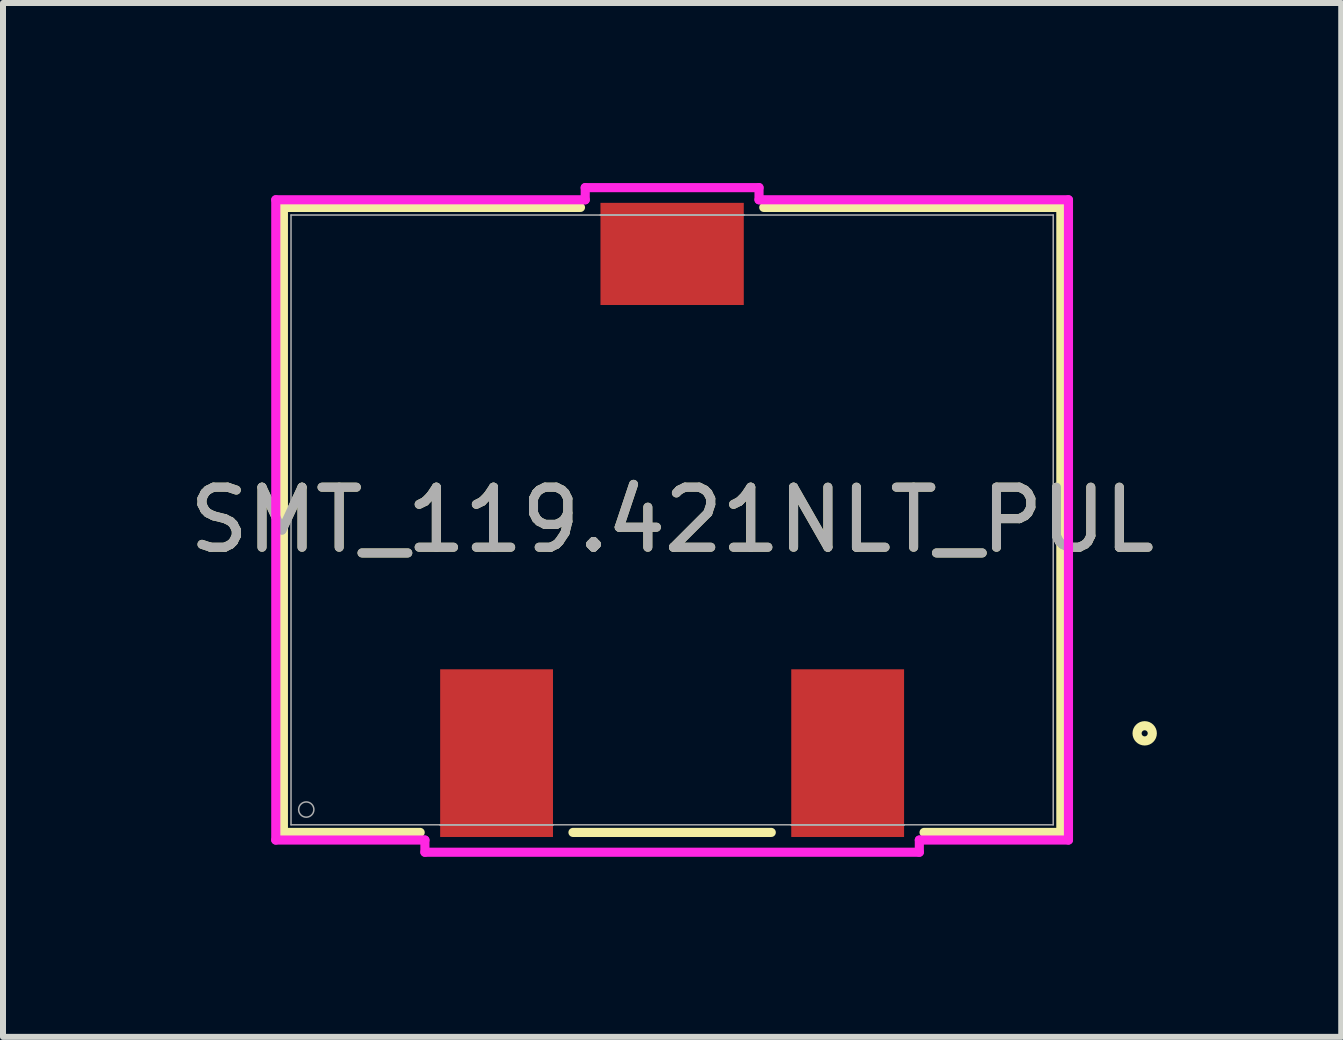
<source format=kicad_pcb>
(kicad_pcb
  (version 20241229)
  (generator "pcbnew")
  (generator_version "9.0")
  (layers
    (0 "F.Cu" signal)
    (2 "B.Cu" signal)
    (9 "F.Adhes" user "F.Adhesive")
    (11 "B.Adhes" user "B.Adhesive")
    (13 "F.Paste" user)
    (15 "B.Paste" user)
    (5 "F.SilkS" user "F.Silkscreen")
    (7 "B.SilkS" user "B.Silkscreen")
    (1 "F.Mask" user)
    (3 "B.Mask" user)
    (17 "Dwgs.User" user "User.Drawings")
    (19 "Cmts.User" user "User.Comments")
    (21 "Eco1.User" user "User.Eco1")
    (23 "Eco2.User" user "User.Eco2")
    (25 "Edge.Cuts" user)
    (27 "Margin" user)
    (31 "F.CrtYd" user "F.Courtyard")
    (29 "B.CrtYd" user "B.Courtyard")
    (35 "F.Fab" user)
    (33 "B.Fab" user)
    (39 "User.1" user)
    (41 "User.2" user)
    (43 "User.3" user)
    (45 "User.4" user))
  (footprint "SMT_119.421NLT_PUL"
    (layer "F.Cu")
    (at 8.149 5.613)
    (property "Reference" "SMT_119.421NLT_PUL" (at 0 0 0) (unlocked yes) (layer "F.SilkS") (effects (font (size 1 1) (thickness 0.15))))
    (attr smd)
    (fp_line (start -6.477 -5.207) (end -6.477 5.207) (stroke (width 0.152) (type solid)) (layer "F.SilkS"))
    (fp_line (start -6.477 5.207) (end -4.198 5.207) (stroke (width 0.152) (type solid)) (layer "F.SilkS"))
    (fp_line (start -1.652 5.207) (end 1.652 5.207) (stroke (width 0.152) (type solid)) (layer "F.SilkS"))
    (fp_line (start -1.527 -5.207) (end -6.477 -5.207) (stroke (width 0.152) (type solid)) (layer "F.SilkS"))
    (fp_line (start 4.198 5.207) (end 6.477 5.207) (stroke (width 0.152) (type solid)) (layer "F.SilkS"))
    (fp_line (start 6.477 -5.207) (end 1.527 -5.207) (stroke (width 0.152) (type solid)) (layer "F.SilkS"))
    (fp_line (start 6.477 5.207) (end 6.477 -5.207) (stroke (width 0.152) (type solid)) (layer "F.SilkS"))
    (fp_circle (center 7.874 3.556) (end 8.001 3.556) (stroke (width 0.152) (type solid)) (fill no) (layer "F.SilkS"))
    (fp_line (start -6.604 -5.334) (end -1.448 -5.334) (stroke (width 0.152) (type solid)) (layer "F.CrtYd"))
    (fp_line (start -6.604 5.334) (end -6.604 -5.334) (stroke (width 0.152) (type solid)) (layer "F.CrtYd"))
    (fp_line (start -6.604 5.334) (end -4.119 5.334) (stroke (width 0.152) (type solid)) (layer "F.CrtYd"))
    (fp_line (start -4.119 5.334) (end -4.119 5.537) (stroke (width 0.152) (type solid)) (layer "F.CrtYd"))
    (fp_line (start -4.119 5.537) (end 4.119 5.537) (stroke (width 0.152) (type solid)) (layer "F.CrtYd"))
    (fp_line (start -1.448 -5.537) (end 1.448 -5.537) (stroke (width 0.152) (type solid)) (layer "F.CrtYd"))
    (fp_line (start -1.448 -5.334) (end -1.448 -5.537) (stroke (width 0.152) (type solid)) (layer "F.CrtYd"))
    (fp_line (start 1.448 -5.334) (end 1.448 -5.537) (stroke (width 0.152) (type solid)) (layer "F.CrtYd"))
    (fp_line (start 4.119 5.334) (end 4.119 5.537) (stroke (width 0.152) (type solid)) (layer "F.CrtYd"))
    (fp_line (start 6.604 -5.334) (end 1.448 -5.334) (stroke (width 0.152) (type solid)) (layer "F.CrtYd"))
    (fp_line (start 6.604 -5.334) (end 6.604 5.334) (stroke (width 0.152) (type solid)) (layer "F.CrtYd"))
    (fp_line (start 6.604 5.334) (end 4.119 5.334) (stroke (width 0.152) (type solid)) (layer "F.CrtYd"))
    (fp_line (start -6.35 -5.08) (end -6.35 5.08) (stroke (width 0.025) (type solid)) (layer "F.Fab"))
    (fp_line (start -6.35 5.08) (end 6.35 5.08) (stroke (width 0.025) (type solid)) (layer "F.Fab"))
    (fp_line (start -3.865 5.08) (end -3.865 5.08) (stroke (width 0.025) (type solid)) (layer "F.Fab"))
    (fp_line (start -3.865 5.08) (end -1.985 5.08) (stroke (width 0.025) (type solid)) (layer "F.Fab"))
    (fp_line (start -1.985 5.08) (end -3.865 5.08) (stroke (width 0.025) (type solid)) (layer "F.Fab"))
    (fp_line (start -1.985 5.08) (end -1.985 5.08) (stroke (width 0.025) (type solid)) (layer "F.Fab"))
    (fp_line (start -1.194 -5.08) (end -1.194 -5.08) (stroke (width 0.025) (type solid)) (layer "F.Fab"))
    (fp_line (start -1.194 -5.08) (end 1.194 -5.08) (stroke (width 0.025) (type solid)) (layer "F.Fab"))
    (fp_line (start 1.194 -5.08) (end -1.194 -5.08) (stroke (width 0.025) (type solid)) (layer "F.Fab"))
    (fp_line (start 1.194 -5.08) (end 1.194 -5.08) (stroke (width 0.025) (type solid)) (layer "F.Fab"))
    (fp_line (start 1.985 5.08) (end 1.985 5.08) (stroke (width 0.025) (type solid)) (layer "F.Fab"))
    (fp_line (start 1.985 5.08) (end 3.865 5.08) (stroke (width 0.025) (type solid)) (layer "F.Fab"))
    (fp_line (start 3.865 5.08) (end 1.985 5.08) (stroke (width 0.025) (type solid)) (layer "F.Fab"))
    (fp_line (start 3.865 5.08) (end 3.865 5.08) (stroke (width 0.025) (type solid)) (layer "F.Fab"))
    (fp_line (start 6.35 -5.08) (end -6.35 -5.08) (stroke (width 0.025) (type solid)) (layer "F.Fab"))
    (fp_line (start 6.35 5.08) (end 6.35 -5.08) (stroke (width 0.025) (type solid)) (layer "F.Fab"))
    (fp_circle (center -6.096 4.826) (end -5.969 4.826) (stroke (width 0.025) (type solid)) (fill no) (layer "F.Fab"))
    (fp_text user "${REFERENCE}" (at 0 0 0) (unlocked yes) (layer "F.Fab") (effects (font (size 1 1) (thickness 0.15))))
    (pad "1" smd rect (at 2.925 3.886) (size 1.88 2.794) (layers "F.Cu" "F.Mask" "F.Paste"))
    (pad "2" smd rect (at -2.925 3.886) (size 1.88 2.794) (layers "F.Cu" "F.Mask" "F.Paste"))
    (pad "3" smd rect (at 0 -4.432) (size 2.388 1.702) (layers "F.Cu" "F.Mask" "F.Paste")))
  (gr_rect
    (start -3 -3)
    (end 19.298 14.227)
    (stroke (width 0.1) (type default))
    (fill no)
    (layer "Edge.Cuts")))
</source>
